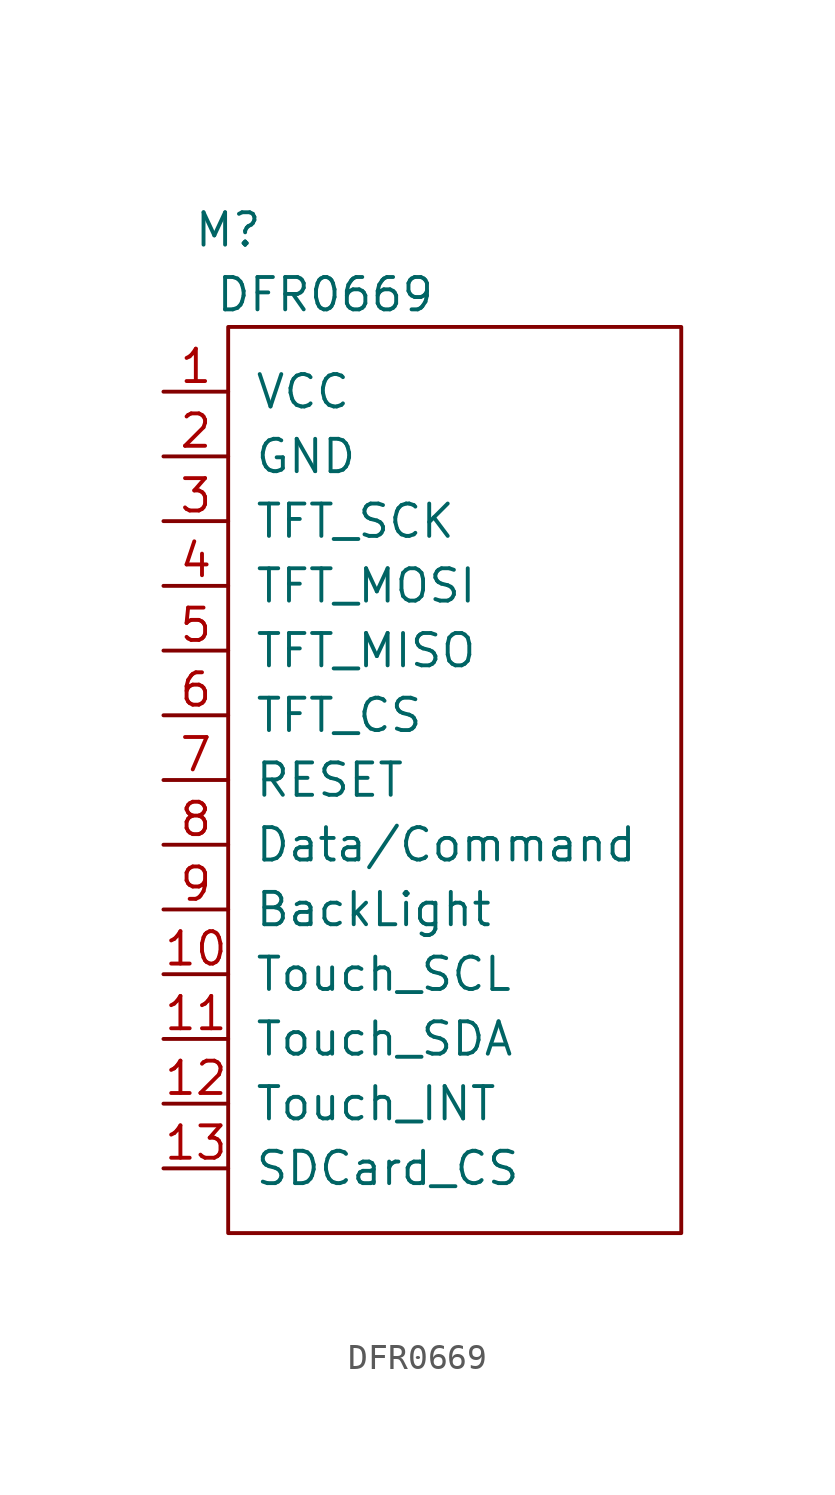
<source format=kicad_sym>
(kicad_symbol_lib
  (version 20211014)
  (generator kicad_symbol_editor)
  (symbol "DFR0669"
    (pin_names
      (offset 1.016))
    (property "Reference" "M"
      (at 0 3.81 0)
      (effects (font (size 1.27 1.27))))
    (property "Value" "DFR0669"
      (at 3.81 1.27 0)
      (effects (font (size 1.27 1.27))))
    (symbol "DFR0669_0_1"
      (rectangle (start 0 -35.56) (end 17.78 0) (stroke (width 0) (type default) (color 0 0 0 0)) (fill (type none))))
    (symbol "DFR0669_1_1"
      (pin power_in line (at -2.54 -2.54 0) (length 2.54) (name "VCC" (effects (font (size 1.27 1.27)))) (number "1" (effects (font (size 1.27 1.27)))))
      (pin input line (at -2.54 -25.4 0) (length 2.54) (name "Touch_SCL" (effects (font (size 1.27 1.27)))) (number "10" (effects (font (size 1.27 1.27)))))
      (pin bidirectional line (at -2.54 -27.94 0) (length 2.54) (name "Touch_SDA" (effects (font (size 1.27 1.27)))) (number "11" (effects (font (size 1.27 1.27)))))
      (pin input line (at -2.54 -30.48 0) (length 2.54) (name "Touch_INT" (effects (font (size 1.27 1.27)))) (number "12" (effects (font (size 1.27 1.27)))))
      (pin input line (at -2.54 -33.02 0) (length 2.54) (name "SDCard_CS" (effects (font (size 1.27 1.27)))) (number "13" (effects (font (size 1.27 1.27)))))
      (pin power_in line (at -2.54 -5.08 0) (length 2.54) (name "GND" (effects (font (size 1.27 1.27)))) (number "2" (effects (font (size 1.27 1.27)))))
      (pin input line (at -2.54 -7.62 0) (length 2.54) (name "TFT_SCK" (effects (font (size 1.27 1.27)))) (number "3" (effects (font (size 1.27 1.27)))))
      (pin input line (at -2.54 -10.16 0) (length 2.54) (name "TFT_MOSI" (effects (font (size 1.27 1.27)))) (number "4" (effects (font (size 1.27 1.27)))))
      (pin tri_state line (at -2.54 -12.7 0) (length 2.54) (name "TFT_MISO" (effects (font (size 1.27 1.27)))) (number "5" (effects (font (size 1.27 1.27)))))
      (pin input line (at -2.54 -15.24 0) (length 2.54) (name "TFT_CS" (effects (font (size 1.27 1.27)))) (number "6" (effects (font (size 1.27 1.27)))))
      (pin input line (at -2.54 -17.78 0) (length 2.54) (name "RESET" (effects (font (size 1.27 1.27)))) (number "7" (effects (font (size 1.27 1.27)))))
      (pin bidirectional line (at -2.54 -20.32 0) (length 2.54) (name "Data/Command" (effects (font (size 1.27 1.27)))) (number "8" (effects (font (size 1.27 1.27)))))
      (pin input line (at -2.54 -22.86 0) (length 2.54) (name "BackLight" (effects (font (size 1.27 1.27)))) (number "9" (effects (font (size 1.27 1.27))))))))
</source>
